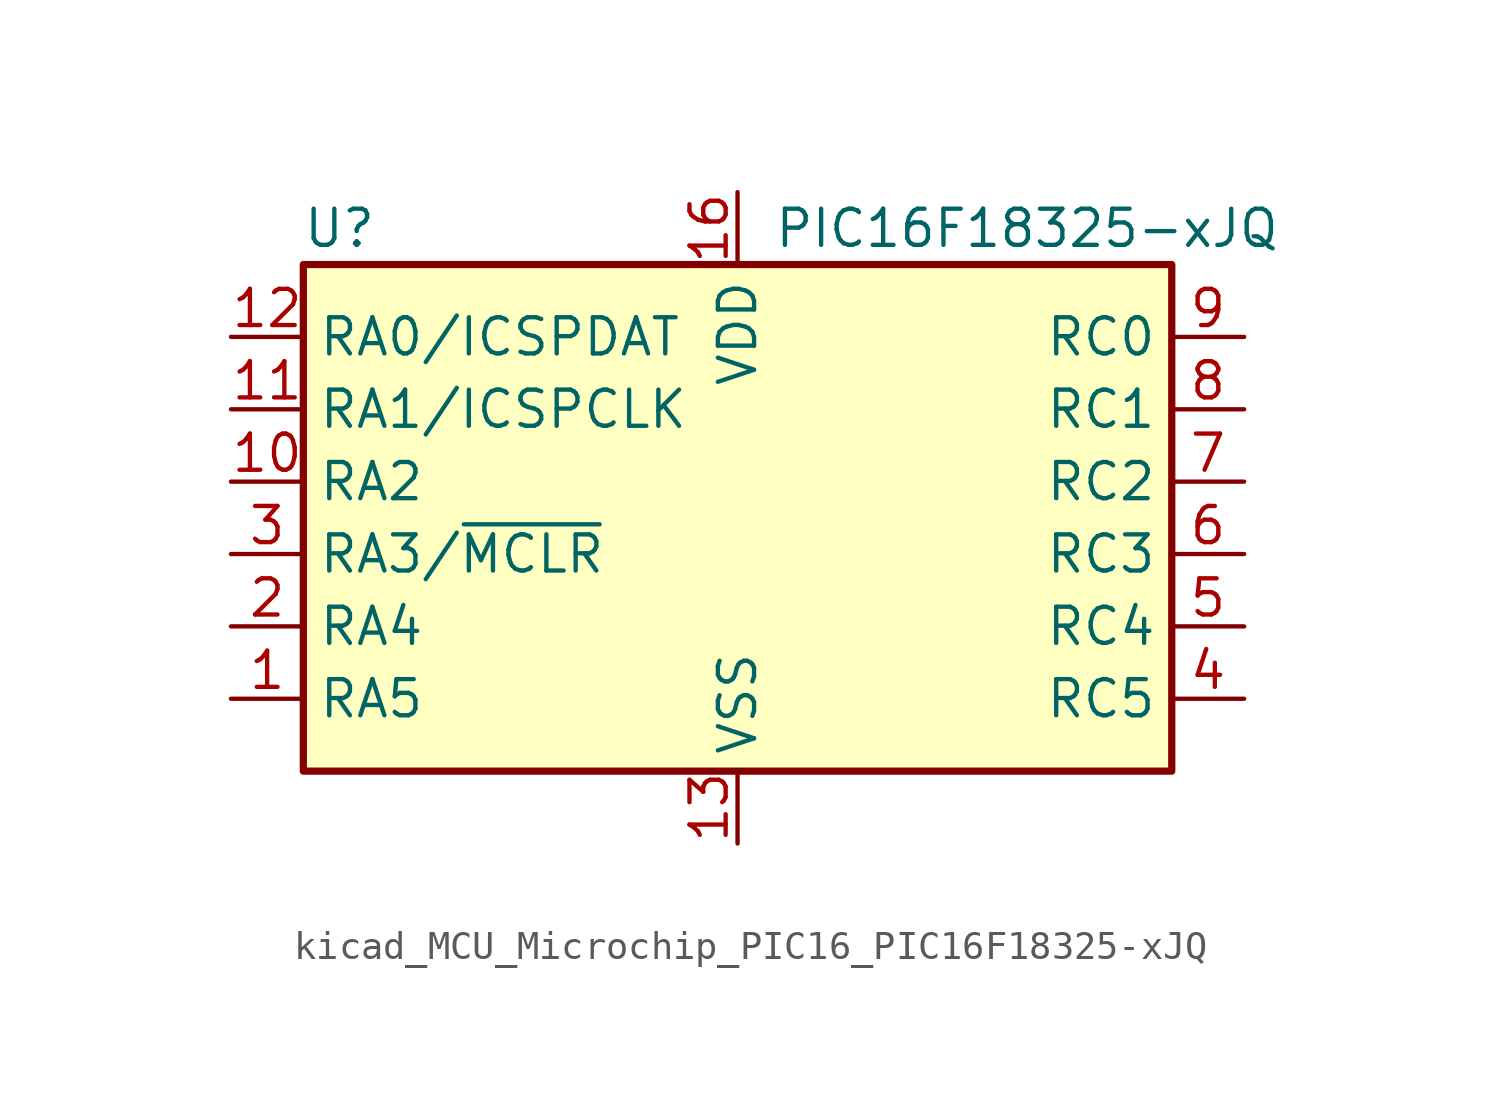
<source format=kicad_sym>
(kicad_symbol_lib
  (version 20220914)
  (generator kicad_symbol_editor)
  (symbol "kicad_MCU_Microchip_PIC16_PIC16F18325-xJQ"
    (property "Reference" "U"
      (at -13.97 11.43 0)
      (effects (font (size 1.27 1.27))))
    (property "Value" "PIC16F18325-xJQ"
      (at 10.16 11.43 0)
      (effects (font (size 1.27 1.27))))
    (symbol "kicad_MCU_Microchip_PIC16_PIC16F18325-xJQ_0_1"
      (rectangle (start -15.24 10.16) (end 15.24 -7.62) (stroke (width 0.254) (type default)) (fill (type background))))
    (symbol "kicad_MCU_Microchip_PIC16_PIC16F18325-xJQ_1_1"
      (pin bidirectional line (at -17.78 -5.08 0) (length 2.54) (name "RA5" (effects (font (size 1.27 1.27)))) (number "1" (effects (font (size 1.27 1.27)))))
      (pin bidirectional line (at -17.78 2.54 0) (length 2.54) (name "RA2" (effects (font (size 1.27 1.27)))) (number "10" (effects (font (size 1.27 1.27)))))
      (pin bidirectional line (at -17.78 5.08 0) (length 2.54) (name "RA1/ICSPCLK" (effects (font (size 1.27 1.27)))) (number "11" (effects (font (size 1.27 1.27)))))
      (pin bidirectional line (at -17.78 7.62 0) (length 2.54) (name "RA0/ICSPDAT" (effects (font (size 1.27 1.27)))) (number "12" (effects (font (size 1.27 1.27)))))
      (pin power_in line (at 0 -10.16 90) (length 2.54) (name "VSS" (effects (font (size 1.27 1.27)))) (number "13" (effects (font (size 1.27 1.27)))))
      (pin no_connect line (at 5.08 -7.62 90) (length 2.54) hide (name "NC" (effects (font (size 1.27 1.27)))) (number "14" (effects (font (size 1.27 1.27)))))
      (pin no_connect line (at 7.62 -7.62 90) (length 2.54) hide (name "NC" (effects (font (size 1.27 1.27)))) (number "15" (effects (font (size 1.27 1.27)))))
      (pin power_in line (at 0 12.7 270) (length 2.54) (name "VDD" (effects (font (size 1.27 1.27)))) (number "16" (effects (font (size 1.27 1.27)))))
      (pin bidirectional line (at -17.78 -2.54 0) (length 2.54) (name "RA4" (effects (font (size 1.27 1.27)))) (number "2" (effects (font (size 1.27 1.27)))))
      (pin bidirectional line (at -17.78 0 0) (length 2.54) (name "RA3/~{MCLR}" (effects (font (size 1.27 1.27)))) (number "3" (effects (font (size 1.27 1.27)))))
      (pin bidirectional line (at 17.78 -5.08 180) (length 2.54) (name "RC5" (effects (font (size 1.27 1.27)))) (number "4" (effects (font (size 1.27 1.27)))))
      (pin bidirectional line (at 17.78 -2.54 180) (length 2.54) (name "RC4" (effects (font (size 1.27 1.27)))) (number "5" (effects (font (size 1.27 1.27)))))
      (pin bidirectional line (at 17.78 0 180) (length 2.54) (name "RC3" (effects (font (size 1.27 1.27)))) (number "6" (effects (font (size 1.27 1.27)))))
      (pin bidirectional line (at 17.78 2.54 180) (length 2.54) (name "RC2" (effects (font (size 1.27 1.27)))) (number "7" (effects (font (size 1.27 1.27)))))
      (pin bidirectional line (at 17.78 5.08 180) (length 2.54) (name "RC1" (effects (font (size 1.27 1.27)))) (number "8" (effects (font (size 1.27 1.27)))))
      (pin bidirectional line (at 17.78 7.62 180) (length 2.54) (name "RC0" (effects (font (size 1.27 1.27)))) (number "9" (effects (font (size 1.27 1.27))))))))
</source>
